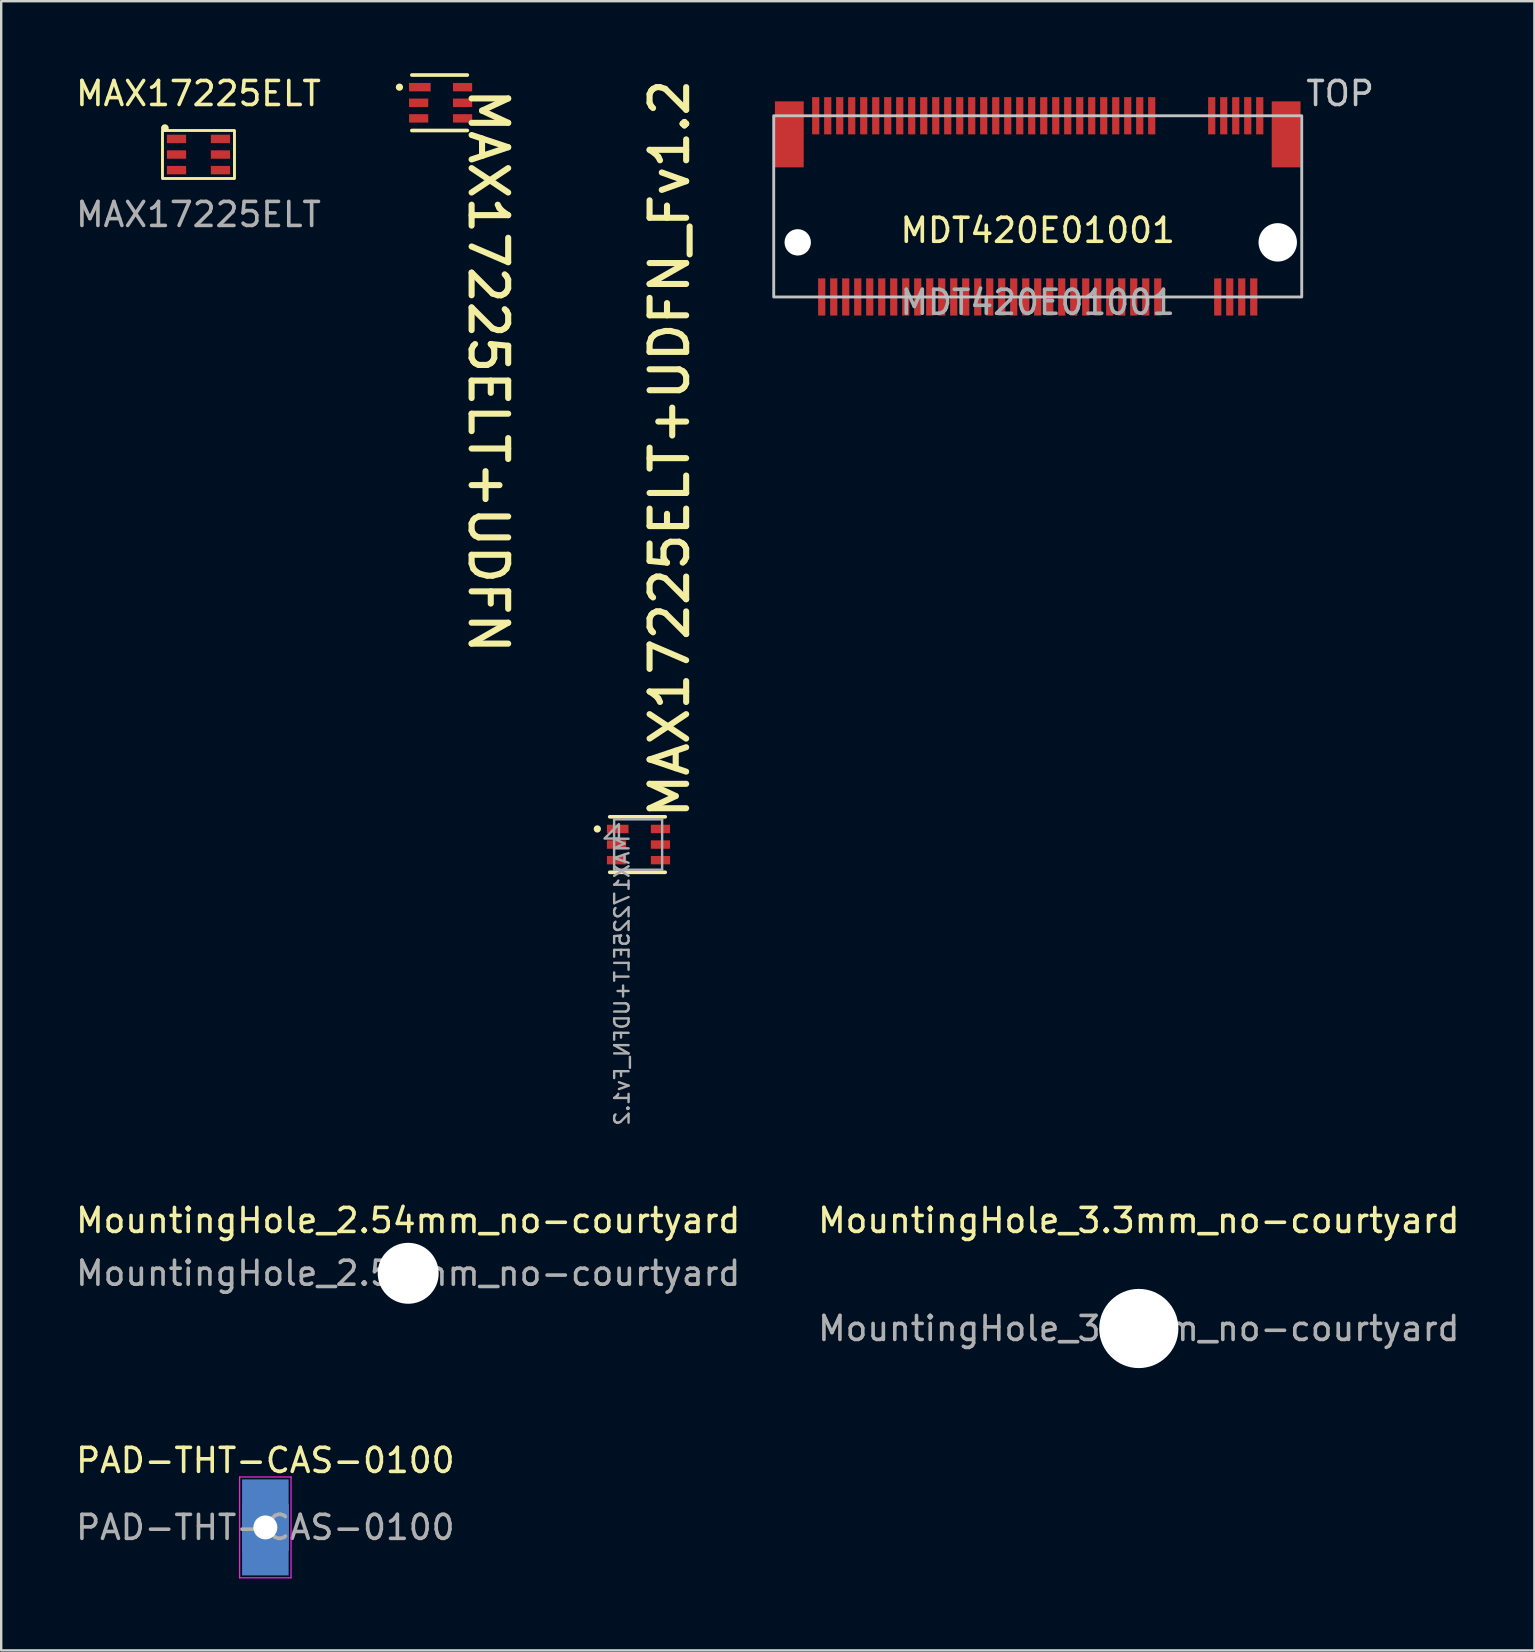
<source format=kicad_pcb>
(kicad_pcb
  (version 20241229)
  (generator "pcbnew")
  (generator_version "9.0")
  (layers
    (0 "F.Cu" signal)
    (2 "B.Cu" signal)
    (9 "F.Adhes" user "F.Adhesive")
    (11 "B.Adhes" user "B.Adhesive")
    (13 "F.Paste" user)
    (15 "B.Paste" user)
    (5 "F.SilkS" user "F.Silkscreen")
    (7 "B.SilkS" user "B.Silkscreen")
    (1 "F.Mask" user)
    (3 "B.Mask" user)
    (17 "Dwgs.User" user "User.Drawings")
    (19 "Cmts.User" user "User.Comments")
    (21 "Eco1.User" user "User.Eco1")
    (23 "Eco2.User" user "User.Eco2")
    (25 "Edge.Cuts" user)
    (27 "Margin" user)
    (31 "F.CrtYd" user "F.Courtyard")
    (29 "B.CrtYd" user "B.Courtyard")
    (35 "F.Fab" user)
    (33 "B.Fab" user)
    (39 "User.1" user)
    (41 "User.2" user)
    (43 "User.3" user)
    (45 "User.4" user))
  (footprint "MAX17225ELT+UDFN"
    (layer "F.Cu")
    (at 14.393 0.582)
    (property "Reference" "MAX17225ELT+UDFN" (at 2.007 -0.06 270) (unlocked yes) (layer "F.SilkS") (effects (font (size 1.524 1.524) (thickness 0.254)) (justify left bottom)))
    (fp_line (start -0.283 -0.506) (end 2.029 -0.506) (stroke (width 0.152) (type solid)) (layer "F.SilkS"))
    (fp_line (start -0.283 1.806) (end 2.029 1.806) (stroke (width 0.152) (type solid)) (layer "F.SilkS"))
    (fp_circle (center -0.8 0) (end -0.724 0) (stroke (width 0.152) (type solid)) (fill no) (layer "F.SilkS"))
    (pad "1" smd rect (at 0.05 0 90) (size 0.35 0.9) (layers "F.Cu" "F.Mask" "F.Paste"))
    (pad "2" smd rect (at 0 0.65 90) (size 0.35 0.8) (layers "F.Cu" "F.Mask" "F.Paste"))
    (pad "3" smd rect (at 0 1.3 90) (size 0.35 0.8) (layers "F.Cu" "F.Mask" "F.Paste"))
    (pad "4" smd rect (at 1.83 1.3 90) (size 0.35 0.8) (layers "F.Cu" "F.Mask" "F.Paste"))
    (pad "5" smd rect (at 1.83 0.65 90) (size 0.35 0.8) (layers "F.Cu" "F.Mask" "F.Paste"))
    (pad "6" smd rect (at 1.83 0 90) (size 0.35 0.8) (layers "F.Cu" "F.Mask" "F.Paste")))
  (footprint "MountingHole_2.54mm_no-courtyard"
    (layer "F.Cu")
    (at 13.958 50.003)
    (property "Reference" "MountingHole_2.54mm_no-courtyard" (at 0 -2.2 0) (layer "F.SilkS") (effects (font (size 1 1) (thickness 0.15))))
    (attr exclude_from_pos_files exclude_from_bom)
    (fp_text user "${REFERENCE}" (at 0 0 0) (layer "F.Fab") (effects (font (size 1 1) (thickness 0.15))))
    (pad "" np_thru_hole circle (at 0 0) (size 2.54 2.54) (drill 2.54) (layers "*.Cu" "*.Mask")))
  (footprint "MAX17225ELT+UDFN_Fv1.2"
    (layer "F.Cu")
    (at 22.638 31.489)
    (property "Reference" "MAX17225ELT+UDFN_Fv1.2" (at 3.101 -0.334 90) (unlocked yes) (layer "F.SilkS") (effects (font (size 1.524 1.524) (thickness 0.254)) (justify left bottom)))
    (fp_line (start -0.283 -0.506) (end 2.029 -0.506) (stroke (width 0.152) (type solid)) (layer "F.SilkS"))
    (fp_line (start -0.283 1.806) (end 2.029 1.806) (stroke (width 0.152) (type solid)) (layer "F.SilkS"))
    (fp_circle (center -0.8 0) (end -0.724 0) (stroke (width 0.152) (type solid)) (fill no) (layer "F.SilkS"))
    (fp_line (start -0.1 -0.4) (end 1.9 -0.4) (stroke (width 0.1) (type solid)) (layer "F.Fab"))
    (fp_line (start -0.1 1.7) (end -0.1 -0.4) (stroke (width 0.1) (type solid)) (layer "F.Fab"))
    (fp_line (start -0.1 1.7) (end 1.9 1.7) (stroke (width 0.1) (type solid)) (layer "F.Fab"))
    (fp_line (start 1.9 1.7) (end 1.9 -0.4) (stroke (width 0.1) (type solid)) (layer "F.Fab"))
    (fp_poly (pts (xy 0.1 0.4) (xy -0.5 0.4) (xy 0.1 -0.2)) (stroke (width 0.1) (type default)) (fill no) (layer "F.Fab"))
    (fp_text user "${REFERENCE}" (at 0.58 0.2 90) (unlocked yes) (layer "F.Fab") (effects (font (size 0.6 0.6) (thickness 0.1)) (justify left bottom mirror)))
    (pad "1" smd rect (at 0.05 0 270) (size 0.35 0.9) (layers "F.Cu" "F.Mask" "F.Paste"))
    (pad "2" smd rect (at 0 0.65 270) (size 0.35 0.8) (layers "F.Cu" "F.Mask" "F.Paste"))
    (pad "3" smd rect (at 0 1.3 270) (size 0.35 0.8) (layers "F.Cu" "F.Mask" "F.Paste"))
    (pad "4" smd rect (at 1.83 1.3 270) (size 0.35 0.8) (layers "F.Cu" "F.Mask" "F.Paste"))
    (pad "5" smd rect (at 1.83 0.65 270) (size 0.35 0.8) (layers "F.Cu" "F.Mask" "F.Paste"))
    (pad "6" smd rect (at 1.83 0 270) (size 0.35 0.8) (layers "F.Cu" "F.Mask" "F.Paste")))
  (footprint "MAX17225ELT"
    (layer "F.Cu")
    (at 5.22 3.388)
    (property "Reference" "MAX17225ELT" (at 0 -2.54 0) (unlocked yes) (layer "F.SilkS") (effects (font (size 1 1) (thickness 0.15))))
    (attr smd)
    (fp_rect (start -1.5 -1) (end 1.5 1) (stroke (width 0.12) (type solid)) (fill no) (layer "F.SilkS"))
    (fp_circle (center -1.4 -1.1) (end -1.3 -1.1) (stroke (width 0.12) (type solid)) (fill yes) (layer "F.SilkS"))
    (fp_text user "${REFERENCE}" (at 0 2.5 0) (unlocked yes) (layer "F.Fab") (effects (font (size 1 1) (thickness 0.15))))
    (pad "1" smd rect (at -0.915 -0.65) (size 0.8 0.35) (layers "F.Cu" "F.Mask" "F.Paste"))
    (pad "2" smd rect (at -0.915 0) (size 0.8 0.35) (layers "F.Cu" "F.Mask" "F.Paste"))
    (pad "3" smd rect (at -0.915 0.65) (size 0.8 0.35) (layers "F.Cu" "F.Mask" "F.Paste"))
    (pad "4" smd rect (at 0.915 0.65) (size 0.8 0.35) (layers "F.Cu" "F.Mask" "F.Paste"))
    (pad "5" smd rect (at 0.915 0) (size 0.8 0.35) (layers "F.Cu" "F.Mask" "F.Paste"))
    (pad "6" smd rect (at 0.915 -0.65) (size 0.8 0.35) (layers "F.Cu" "F.Mask" "F.Paste")))
  (footprint "MDT420E01001"
    (layer "F.Cu")
    (at 40.188 7.048)
    (property "Reference" "MDT420E01001" (at 0 -0.5 0) (unlocked yes) (layer "F.SilkS") (effects (font (size 1 1) (thickness 0.15))))
    (attr through_hole)
    (fp_rect (start -11 -5.275) (end 11 2.275) (stroke (width 0.12) (type solid)) (fill no) (layer "Dwgs.User"))
    (fp_text user "TOP" (at 12.6 -6.2 0) (unlocked yes) (layer "Dwgs.User") (effects (font (size 1 1) (thickness 0.15))))
    (fp_text user "${REFERENCE}" (at 0 2.5 0) (unlocked yes) (layer "F.Fab") (effects (font (size 1 1) (thickness 0.15))))
    (pad "" smd rect (at -10.35 -4.5) (size 1.2 2.75) (layers "F.Cu" "F.Mask" "F.Paste"))
    (pad "" np_thru_hole circle (at -10 0) (size 1.1 1.1) (drill 1.1) (layers "*.Cu" "*.Mask"))
    (pad "" np_thru_hole circle (at 10 0) (size 1.6 1.6) (drill 1.6) (layers "*.Cu" "*.Mask"))
    (pad "" smd rect (at 10.35 -4.5) (size 1.2 2.75) (layers "F.Cu" "F.Mask" "F.Paste"))
    (pad "1" smd rect (at -9.25 -5.275) (size 0.3 1.55) (layers "F.Cu" "F.Mask" "F.Paste"))
    (pad "2" smd rect (at -9 2.275) (size 0.3 1.55) (layers "F.Cu" "F.Mask" "F.Paste"))
    (pad "3" smd rect (at -8.75 -5.275) (size 0.3 1.55) (layers "F.Cu" "F.Mask" "F.Paste"))
    (pad "4" smd rect (at -8.5 2.275) (size 0.3 1.55) (layers "F.Cu" "F.Mask" "F.Paste"))
    (pad "5" smd rect (at -8.25 -5.275) (size 0.3 1.55) (layers "F.Cu" "F.Mask" "F.Paste"))
    (pad "6" smd rect (at -8 2.275) (size 0.3 1.55) (layers "F.Cu" "F.Mask" "F.Paste"))
    (pad "7" smd rect (at -7.75 -5.275) (size 0.3 1.55) (layers "F.Cu" "F.Mask" "F.Paste"))
    (pad "8" smd rect (at -7.5 2.275) (size 0.3 1.55) (layers "F.Cu" "F.Mask" "F.Paste"))
    (pad "9" smd rect (at -7.25 -5.275) (size 0.3 1.55) (layers "F.Cu" "F.Mask" "F.Paste"))
    (pad "10" smd rect (at -7 2.275) (size 0.3 1.55) (layers "F.Cu" "F.Mask" "F.Paste"))
    (pad "11" smd rect (at -6.75 -5.275) (size 0.3 1.55) (layers "F.Cu" "F.Mask" "F.Paste"))
    (pad "12" smd rect (at -6.5 2.275) (size 0.3 1.55) (layers "F.Cu" "F.Mask" "F.Paste"))
    (pad "13" smd rect (at -6.25 -5.275) (size 0.3 1.55) (layers "F.Cu" "F.Mask" "F.Paste"))
    (pad "14" smd rect (at -6 2.275) (size 0.3 1.55) (layers "F.Cu" "F.Mask" "F.Paste"))
    (pad "15" smd rect (at -5.75 -5.275) (size 0.3 1.55) (layers "F.Cu" "F.Mask" "F.Paste"))
    (pad "16" smd rect (at -5.5 2.275) (size 0.3 1.55) (layers "F.Cu" "F.Mask" "F.Paste"))
    (pad "17" smd rect (at -5.25 -5.275) (size 0.3 1.55) (layers "F.Cu" "F.Mask" "F.Paste"))
    (pad "18" smd rect (at -5 2.275) (size 0.3 1.55) (layers "F.Cu" "F.Mask" "F.Paste"))
    (pad "19" smd rect (at -4.75 -5.275) (size 0.3 1.55) (layers "F.Cu" "F.Mask" "F.Paste"))
    (pad "20" smd rect (at -4.5 2.275) (size 0.3 1.55) (layers "F.Cu" "F.Mask" "F.Paste"))
    (pad "21" smd rect (at -4.25 -5.275) (size 0.3 1.55) (layers "F.Cu" "F.Mask" "F.Paste"))
    (pad "22" smd rect (at -4 2.275) (size 0.3 1.55) (layers "F.Cu" "F.Mask" "F.Paste"))
    (pad "23" smd rect (at -3.75 -5.275) (size 0.3 1.55) (layers "F.Cu" "F.Mask" "F.Paste"))
    (pad "24" smd rect (at -3.5 2.275) (size 0.3 1.55) (layers "F.Cu" "F.Mask" "F.Paste"))
    (pad "25" smd rect (at -3.25 -5.275) (size 0.3 1.55) (layers "F.Cu" "F.Mask" "F.Paste"))
    (pad "26" smd rect (at -3 2.275) (size 0.3 1.55) (layers "F.Cu" "F.Mask" "F.Paste"))
    (pad "27" smd rect (at -2.75 -5.275) (size 0.3 1.55) (layers "F.Cu" "F.Mask" "F.Paste"))
    (pad "28" smd rect (at -2.5 2.275) (size 0.3 1.55) (layers "F.Cu" "F.Mask" "F.Paste"))
    (pad "29" smd rect (at -2.25 -5.275) (size 0.3 1.55) (layers "F.Cu" "F.Mask" "F.Paste"))
    (pad "30" smd rect (at -2 2.275) (size 0.3 1.55) (layers "F.Cu" "F.Mask" "F.Paste"))
    (pad "31" smd rect (at -1.75 -5.275) (size 0.3 1.55) (layers "F.Cu" "F.Mask" "F.Paste"))
    (pad "32" smd rect (at -1.5 2.275) (size 0.3 1.55) (layers "F.Cu" "F.Mask" "F.Paste"))
    (pad "33" smd rect (at -1.25 -5.275) (size 0.3 1.55) (layers "F.Cu" "F.Mask" "F.Paste"))
    (pad "34" smd rect (at -1 2.275) (size 0.3 1.55) (layers "F.Cu" "F.Mask" "F.Paste"))
    (pad "35" smd rect (at -0.75 -5.275) (size 0.3 1.55) (layers "F.Cu" "F.Mask" "F.Paste"))
    (pad "36" smd rect (at -0.5 2.275) (size 0.3 1.55) (layers "F.Cu" "F.Mask" "F.Paste"))
    (pad "37" smd rect (at -0.25 -5.275) (size 0.3 1.55) (layers "F.Cu" "F.Mask" "F.Paste"))
    (pad "38" smd rect (at 0 2.275) (size 0.3 1.55) (layers "F.Cu" "F.Mask" "F.Paste"))
    (pad "39" smd rect (at 0.25 -5.275) (size 0.3 1.55) (layers "F.Cu" "F.Mask" "F.Paste"))
    (pad "40" smd rect (at 0.5 2.275) (size 0.3 1.55) (layers "F.Cu" "F.Mask" "F.Paste"))
    (pad "41" smd rect (at 0.75 -5.275) (size 0.3 1.55) (layers "F.Cu" "F.Mask" "F.Paste"))
    (pad "42" smd rect (at 1 2.275) (size 0.3 1.55) (layers "F.Cu" "F.Mask" "F.Paste"))
    (pad "43" smd rect (at 1.25 -5.275) (size 0.3 1.55) (layers "F.Cu" "F.Mask" "F.Paste"))
    (pad "44" smd rect (at 1.5 2.275) (size 0.3 1.55) (layers "F.Cu" "F.Mask" "F.Paste"))
    (pad "45" smd rect (at 1.75 -5.275) (size 0.3 1.55) (layers "F.Cu" "F.Mask" "F.Paste"))
    (pad "46" smd rect (at 2 2.275) (size 0.3 1.55) (layers "F.Cu" "F.Mask" "F.Paste"))
    (pad "47" smd rect (at 2.25 -5.275) (size 0.3 1.55) (layers "F.Cu" "F.Mask" "F.Paste"))
    (pad "48" smd rect (at 2.5 2.275) (size 0.3 1.55) (layers "F.Cu" "F.Mask" "F.Paste"))
    (pad "49" smd rect (at 2.75 -5.275) (size 0.3 1.55) (layers "F.Cu" "F.Mask" "F.Paste"))
    (pad "50" smd rect (at 3 2.275) (size 0.3 1.55) (layers "F.Cu" "F.Mask" "F.Paste"))
    (pad "51" smd rect (at 3.25 -5.275) (size 0.3 1.55) (layers "F.Cu" "F.Mask" "F.Paste"))
    (pad "52" smd rect (at 3.5 2.275) (size 0.3 1.55) (layers "F.Cu" "F.Mask" "F.Paste"))
    (pad "53" smd rect (at 3.75 -5.275) (size 0.3 1.55) (layers "F.Cu" "F.Mask" "F.Paste"))
    (pad "54" smd rect (at 4 2.275) (size 0.3 1.55) (layers "F.Cu" "F.Mask" "F.Paste"))
    (pad "55" smd rect (at 4.25 -5.275) (size 0.3 1.55) (layers "F.Cu" "F.Mask" "F.Paste"))
    (pad "56" smd rect (at 4.5 2.275) (size 0.3 1.55) (layers "F.Cu" "F.Mask" "F.Paste"))
    (pad "57" smd rect (at 4.75 -5.275) (size 0.3 1.55) (layers "F.Cu" "F.Mask" "F.Paste"))
    (pad "58" smd rect (at 5 2.275) (size 0.3 1.55) (layers "F.Cu" "F.Mask" "F.Paste"))
    (pad "67" smd rect (at 7.25 -5.275) (size 0.3 1.55) (layers "F.Cu" "F.Mask" "F.Paste"))
    (pad "68" smd rect (at 7.5 2.275) (size 0.3 1.55) (layers "F.Cu" "F.Mask" "F.Paste"))
    (pad "69" smd rect (at 7.75 -5.275) (size 0.3 1.55) (layers "F.Cu" "F.Mask" "F.Paste"))
    (pad "70" smd rect (at 8 2.275) (size 0.3 1.55) (layers "F.Cu" "F.Mask" "F.Paste"))
    (pad "71" smd rect (at 8.25 -5.275) (size 0.3 1.55) (layers "F.Cu" "F.Mask" "F.Paste"))
    (pad "72" smd rect (at 8.5 2.275) (size 0.3 1.55) (layers "F.Cu" "F.Mask" "F.Paste"))
    (pad "73" smd rect (at 8.75 -5.275) (size 0.3 1.55) (layers "F.Cu" "F.Mask" "F.Paste"))
    (pad "74" smd rect (at 9 2.275) (size 0.3 1.55) (layers "F.Cu" "F.Mask" "F.Paste"))
    (pad "75" smd rect (at 9.25 -5.275) (size 0.3 1.55) (layers "F.Cu" "F.Mask" "F.Paste")))
  (footprint "PAD-THT-CAS-0100"
    (layer "F.Cu")
    (at 8.006 60.591)
    (property "Reference" "PAD-THT-CAS-0100" (at 0 -2.79 0) (layer "F.SilkS") (effects (font (size 1 1) (thickness 0.15))))
    (attr smd)
    (fp_line (start -1.07 -2.1) (end 1.07 -2.1) (stroke (width 0.05) (type solid)) (layer "F.CrtYd"))
    (fp_line (start -1.07 2.1) (end -1.07 -2.1) (stroke (width 0.05) (type solid)) (layer "F.CrtYd"))
    (fp_line (start 1.07 -2.1) (end 1.07 2.1) (stroke (width 0.05) (type solid)) (layer "F.CrtYd"))
    (fp_line (start 1.07 2.1) (end -1.07 2.1) (stroke (width 0.05) (type solid)) (layer "F.CrtYd"))
    (fp_text user "${REFERENCE}" (at 0 0 0) (layer "F.Fab") (effects (font (size 1 1) (thickness 0.15))))
    (pad "1" thru_hole rect (at 0 0) (size 1.94 1.94) (drill 1) (property pad_prop_castellated) (layers "*.Cu" "*.Mask"))
    (pad "1" smd rect (at 0 0) (size 1.94 4) (property pad_prop_castellated) (layers "B.Cu" "B.Mask")))
  (footprint "MountingHole_3.3mm_no-courtyard"
    (layer "F.Cu")
    (at 44.399 52.303)
    (property "Reference" "MountingHole_3.3mm_no-courtyard" (at 0 -4.5 0) (layer "F.SilkS") (effects (font (size 1 1) (thickness 0.15))))
    (attr exclude_from_pos_files exclude_from_bom)
    (fp_text user "${REFERENCE}" (at 0 0 0) (layer "F.Fab") (effects (font (size 1 1) (thickness 0.15))))
    (pad "" np_thru_hole circle (at 0 0) (size 3.3 3.3) (drill 3.3) (layers "*.Cu" "*.Mask")))
  (gr_rect
    (start -3 -3)
    (end 60.881 65.716)
    (stroke (width 0.1) (type default))
    (fill no)
    (layer "Edge.Cuts")))
</source>
